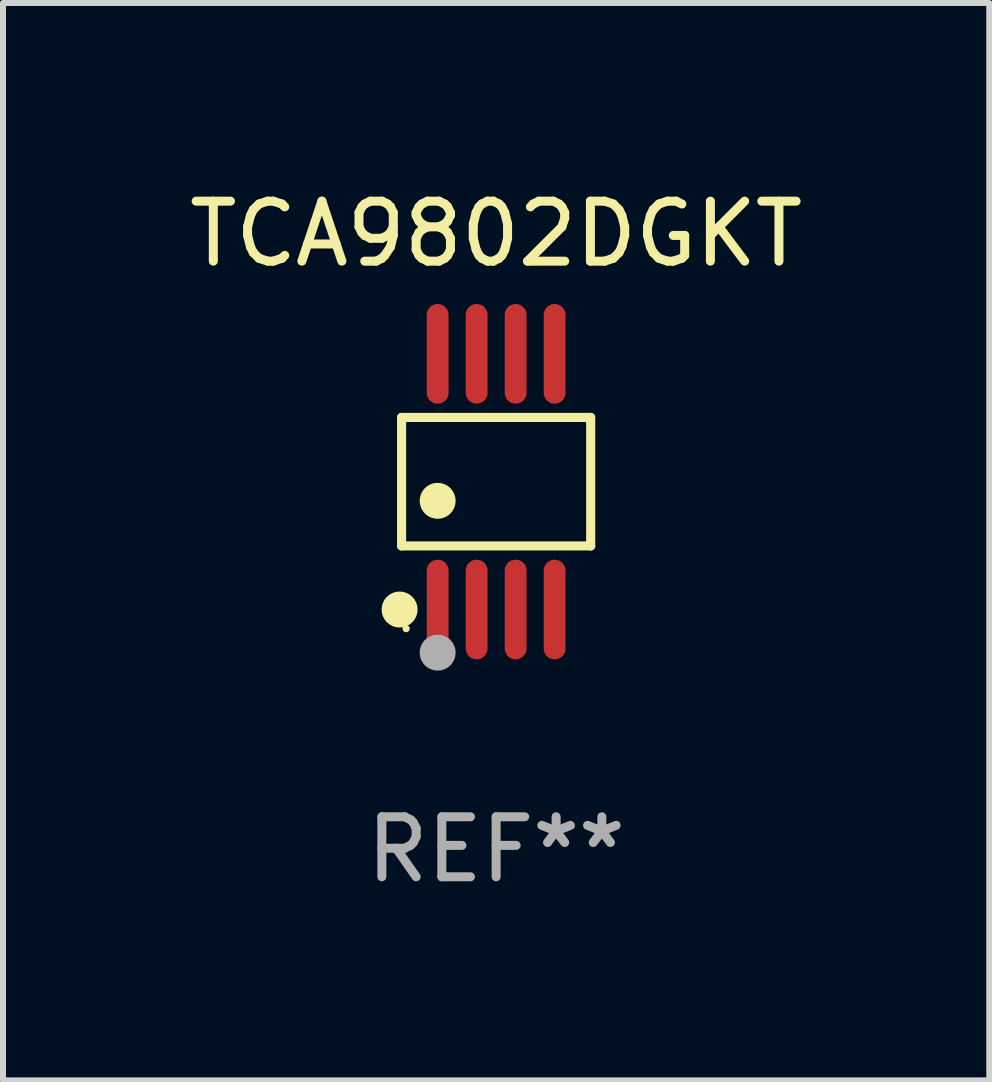
<source format=kicad_pcb>
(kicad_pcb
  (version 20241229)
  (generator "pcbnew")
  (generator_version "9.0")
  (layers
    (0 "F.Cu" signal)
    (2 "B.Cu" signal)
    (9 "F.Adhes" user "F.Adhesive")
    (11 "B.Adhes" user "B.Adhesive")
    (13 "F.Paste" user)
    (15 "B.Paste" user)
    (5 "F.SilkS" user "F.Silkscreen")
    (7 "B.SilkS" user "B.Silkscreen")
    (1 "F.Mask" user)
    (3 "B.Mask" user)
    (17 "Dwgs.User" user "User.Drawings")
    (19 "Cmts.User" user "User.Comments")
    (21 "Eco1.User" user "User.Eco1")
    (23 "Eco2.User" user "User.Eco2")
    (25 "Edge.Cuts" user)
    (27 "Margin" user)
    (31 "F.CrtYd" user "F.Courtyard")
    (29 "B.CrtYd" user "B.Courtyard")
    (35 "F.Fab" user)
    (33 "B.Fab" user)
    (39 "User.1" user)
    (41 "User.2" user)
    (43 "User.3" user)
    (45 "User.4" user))
  (footprint "TCA9802DGKT"
    (layer "F.Cu")
    (at 5.22 4.979)
    (property "Reference" "TCA9802DGKT" (at 0 -4.131 0) (layer "F.SilkS") (effects (font (size 1 1) (thickness 0.15))))
    (attr through_hole)
    (fp_line (start -1.576 -1.071) (end 1.576 -1.071) (stroke (width 0.152) (type solid)) (layer "F.SilkS"))
    (fp_line (start -1.576 1.071) (end -1.576 -1.071) (stroke (width 0.152) (type solid)) (layer "F.SilkS"))
    (fp_line (start 1.576 -1.071) (end 1.576 1.071) (stroke (width 0.152) (type solid)) (layer "F.SilkS"))
    (fp_line (start 1.576 1.071) (end -1.576 1.071) (stroke (width 0.152) (type solid)) (layer "F.SilkS"))
    (fp_circle (center -1.609 2.131) (end -1.459 2.131) (stroke (width 0.3) (type solid)) (fill no) (layer "F.SilkS"))
    (fp_circle (center -1.5 2.45) (end -1.47 2.45) (stroke (width 0.06) (type solid)) (fill no) (layer "F.SilkS"))
    (fp_circle (center -0.975 0.319) (end -0.825 0.319) (stroke (width 0.3) (type solid)) (fill no) (layer "F.SilkS"))
    (fp_circle (center -0.975 2.85) (end -0.825 2.85) (stroke (width 0.3) (type solid)) (fill no) (layer "F.Fab"))
    (fp_text user "REF**" (at 0 6.131 0) (layer "F.Fab") (effects (font (size 1 1) (thickness 0.15))))
    (pad "1" smd oval (at -0.975 2.131) (size 0.364 1.662) (layers "F.Cu" "F.Mask" "F.Paste"))
    (pad "2" smd oval (at -0.325 2.131) (size 0.364 1.662) (layers "F.Cu" "F.Mask" "F.Paste"))
    (pad "3" smd oval (at 0.325 2.131) (size 0.364 1.662) (layers "F.Cu" "F.Mask" "F.Paste"))
    (pad "4" smd oval (at 0.975 2.131) (size 0.364 1.662) (layers "F.Cu" "F.Mask" "F.Paste"))
    (pad "5" smd oval (at 0.975 -2.131) (size 0.364 1.662) (layers "F.Cu" "F.Mask" "F.Paste"))
    (pad "6" smd oval (at 0.325 -2.131) (size 0.364 1.662) (layers "F.Cu" "F.Mask" "F.Paste"))
    (pad "7" smd oval (at -0.325 -2.131) (size 0.364 1.662) (layers "F.Cu" "F.Mask" "F.Paste"))
    (pad "8" smd oval (at -0.975 -2.131) (size 0.364 1.662) (layers "F.Cu" "F.Mask" "F.Paste")))
  (gr_rect
    (start -3 -3)
    (end 13.44 14.959)
    (stroke (width 0.1) (type default))
    (fill no)
    (layer "Edge.Cuts")))
</source>
